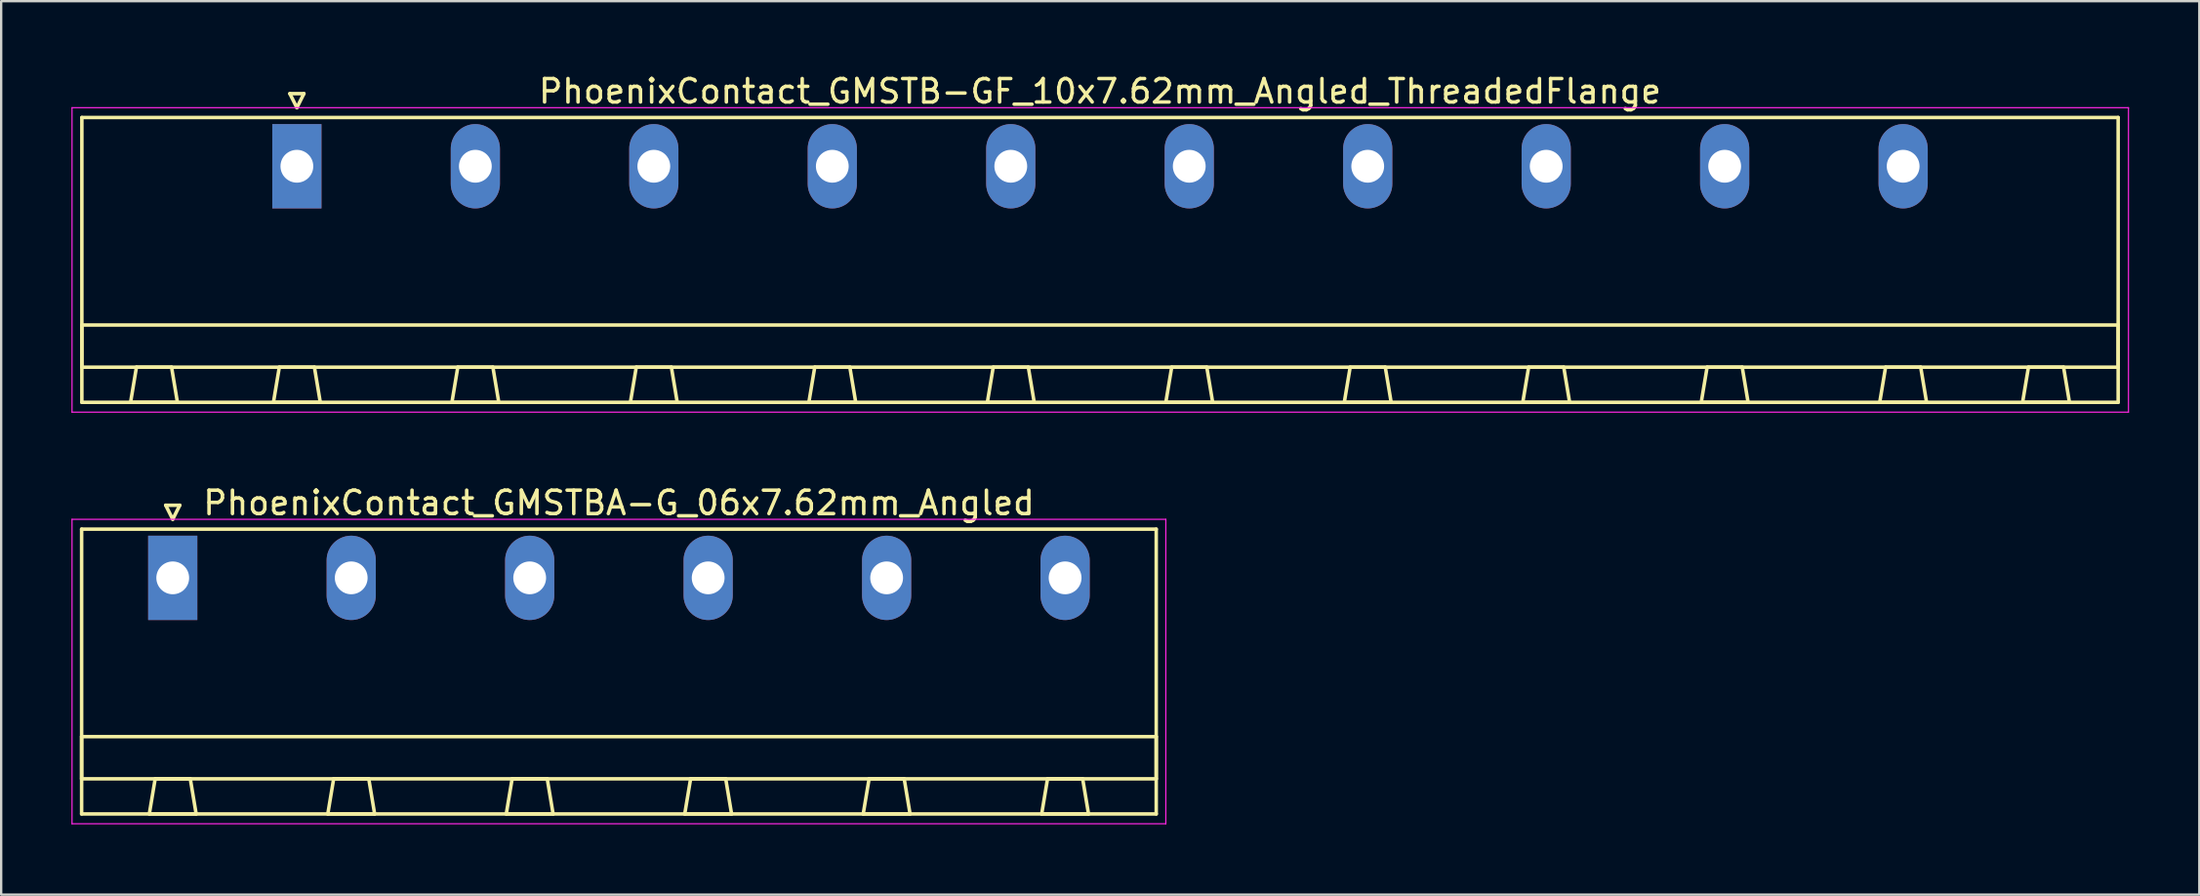
<source format=kicad_pcb>
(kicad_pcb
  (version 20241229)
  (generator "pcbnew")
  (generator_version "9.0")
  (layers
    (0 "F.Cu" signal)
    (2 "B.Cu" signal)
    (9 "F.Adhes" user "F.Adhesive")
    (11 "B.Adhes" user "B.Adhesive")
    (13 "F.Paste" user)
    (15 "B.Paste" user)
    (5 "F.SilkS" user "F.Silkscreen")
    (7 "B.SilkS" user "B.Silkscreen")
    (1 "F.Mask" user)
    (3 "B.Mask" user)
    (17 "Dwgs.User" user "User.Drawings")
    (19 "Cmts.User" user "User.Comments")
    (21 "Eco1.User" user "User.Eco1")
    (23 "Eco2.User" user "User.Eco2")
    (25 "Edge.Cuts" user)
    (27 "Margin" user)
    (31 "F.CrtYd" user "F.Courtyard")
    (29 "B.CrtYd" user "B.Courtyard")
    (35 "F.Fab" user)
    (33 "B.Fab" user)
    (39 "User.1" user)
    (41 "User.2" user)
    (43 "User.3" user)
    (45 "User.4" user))
  (footprint "PhoenixContact_GMSTB-GF_10x7.62mm_Angled_ThreadedFlange"
    (layer "F.Cu")
    (at 9.625 4.048)
    (property "Reference" "PhoenixContact_GMSTB-GF_10x7.62mm_Angled_ThreadedFlange" (at 34.29 -3.2 0) (layer "F.SilkS") (effects (font (size 1 1) (thickness 0.15))))
    (attr through_hole)
    (fp_line (start -9.18 -2.08) (end -9.18 10.08) (stroke (width 0.15) (type solid)) (layer "F.SilkS"))
    (fp_line (start -9.18 6.78) (end 77.76 6.78) (stroke (width 0.15) (type solid)) (layer "F.SilkS"))
    (fp_line (start -9.18 8.58) (end -9.18 6.78) (stroke (width 0.15) (type solid)) (layer "F.SilkS"))
    (fp_line (start -9.18 10.08) (end 77.76 10.08) (stroke (width 0.15) (type solid)) (layer "F.SilkS"))
    (fp_line (start -7.1 10.08) (end -5.1 10.08) (stroke (width 0.15) (type solid)) (layer "F.SilkS"))
    (fp_line (start -6.85 8.58) (end -7.1 10.08) (stroke (width 0.15) (type solid)) (layer "F.SilkS"))
    (fp_line (start -5.35 8.58) (end -6.85 8.58) (stroke (width 0.15) (type solid)) (layer "F.SilkS"))
    (fp_line (start -5.1 10.08) (end -5.35 8.58) (stroke (width 0.15) (type solid)) (layer "F.SilkS"))
    (fp_line (start -1 10.08) (end 1 10.08) (stroke (width 0.15) (type solid)) (layer "F.SilkS"))
    (fp_line (start -0.75 8.58) (end -1 10.08) (stroke (width 0.15) (type solid)) (layer "F.SilkS"))
    (fp_line (start -0.3 -3.1) (end 0 -2.5) (stroke (width 0.15) (type solid)) (layer "F.SilkS"))
    (fp_line (start 0 -2.5) (end 0.3 -3.1) (stroke (width 0.15) (type solid)) (layer "F.SilkS"))
    (fp_line (start 0.3 -3.1) (end -0.3 -3.1) (stroke (width 0.15) (type solid)) (layer "F.SilkS"))
    (fp_line (start 0.75 8.58) (end -0.75 8.58) (stroke (width 0.15) (type solid)) (layer "F.SilkS"))
    (fp_line (start 1 10.08) (end 0.75 8.58) (stroke (width 0.15) (type solid)) (layer "F.SilkS"))
    (fp_line (start 6.62 10.08) (end 8.62 10.08) (stroke (width 0.15) (type solid)) (layer "F.SilkS"))
    (fp_line (start 6.87 8.58) (end 6.62 10.08) (stroke (width 0.15) (type solid)) (layer "F.SilkS"))
    (fp_line (start 8.37 8.58) (end 6.87 8.58) (stroke (width 0.15) (type solid)) (layer "F.SilkS"))
    (fp_line (start 8.62 10.08) (end 8.37 8.58) (stroke (width 0.15) (type solid)) (layer "F.SilkS"))
    (fp_line (start 14.24 10.08) (end 16.24 10.08) (stroke (width 0.15) (type solid)) (layer "F.SilkS"))
    (fp_line (start 14.49 8.58) (end 14.24 10.08) (stroke (width 0.15) (type solid)) (layer "F.SilkS"))
    (fp_line (start 15.99 8.58) (end 14.49 8.58) (stroke (width 0.15) (type solid)) (layer "F.SilkS"))
    (fp_line (start 16.24 10.08) (end 15.99 8.58) (stroke (width 0.15) (type solid)) (layer "F.SilkS"))
    (fp_line (start 21.86 10.08) (end 23.86 10.08) (stroke (width 0.15) (type solid)) (layer "F.SilkS"))
    (fp_line (start 22.11 8.58) (end 21.86 10.08) (stroke (width 0.15) (type solid)) (layer "F.SilkS"))
    (fp_line (start 23.61 8.58) (end 22.11 8.58) (stroke (width 0.15) (type solid)) (layer "F.SilkS"))
    (fp_line (start 23.86 10.08) (end 23.61 8.58) (stroke (width 0.15) (type solid)) (layer "F.SilkS"))
    (fp_line (start 29.48 10.08) (end 31.48 10.08) (stroke (width 0.15) (type solid)) (layer "F.SilkS"))
    (fp_line (start 29.73 8.58) (end 29.48 10.08) (stroke (width 0.15) (type solid)) (layer "F.SilkS"))
    (fp_line (start 31.23 8.58) (end 29.73 8.58) (stroke (width 0.15) (type solid)) (layer "F.SilkS"))
    (fp_line (start 31.48 10.08) (end 31.23 8.58) (stroke (width 0.15) (type solid)) (layer "F.SilkS"))
    (fp_line (start 37.1 10.08) (end 39.1 10.08) (stroke (width 0.15) (type solid)) (layer "F.SilkS"))
    (fp_line (start 37.35 8.58) (end 37.1 10.08) (stroke (width 0.15) (type solid)) (layer "F.SilkS"))
    (fp_line (start 38.85 8.58) (end 37.35 8.58) (stroke (width 0.15) (type solid)) (layer "F.SilkS"))
    (fp_line (start 39.1 10.08) (end 38.85 8.58) (stroke (width 0.15) (type solid)) (layer "F.SilkS"))
    (fp_line (start 44.72 10.08) (end 46.72 10.08) (stroke (width 0.15) (type solid)) (layer "F.SilkS"))
    (fp_line (start 44.97 8.58) (end 44.72 10.08) (stroke (width 0.15) (type solid)) (layer "F.SilkS"))
    (fp_line (start 46.47 8.58) (end 44.97 8.58) (stroke (width 0.15) (type solid)) (layer "F.SilkS"))
    (fp_line (start 46.72 10.08) (end 46.47 8.58) (stroke (width 0.15) (type solid)) (layer "F.SilkS"))
    (fp_line (start 52.34 10.08) (end 54.34 10.08) (stroke (width 0.15) (type solid)) (layer "F.SilkS"))
    (fp_line (start 52.59 8.58) (end 52.34 10.08) (stroke (width 0.15) (type solid)) (layer "F.SilkS"))
    (fp_line (start 54.09 8.58) (end 52.59 8.58) (stroke (width 0.15) (type solid)) (layer "F.SilkS"))
    (fp_line (start 54.34 10.08) (end 54.09 8.58) (stroke (width 0.15) (type solid)) (layer "F.SilkS"))
    (fp_line (start 59.96 10.08) (end 61.96 10.08) (stroke (width 0.15) (type solid)) (layer "F.SilkS"))
    (fp_line (start 60.21 8.58) (end 59.96 10.08) (stroke (width 0.15) (type solid)) (layer "F.SilkS"))
    (fp_line (start 61.71 8.58) (end 60.21 8.58) (stroke (width 0.15) (type solid)) (layer "F.SilkS"))
    (fp_line (start 61.96 10.08) (end 61.71 8.58) (stroke (width 0.15) (type solid)) (layer "F.SilkS"))
    (fp_line (start 67.58 10.08) (end 69.58 10.08) (stroke (width 0.15) (type solid)) (layer "F.SilkS"))
    (fp_line (start 67.83 8.58) (end 67.58 10.08) (stroke (width 0.15) (type solid)) (layer "F.SilkS"))
    (fp_line (start 69.33 8.58) (end 67.83 8.58) (stroke (width 0.15) (type solid)) (layer "F.SilkS"))
    (fp_line (start 69.58 10.08) (end 69.33 8.58) (stroke (width 0.15) (type solid)) (layer "F.SilkS"))
    (fp_line (start 73.68 10.08) (end 75.68 10.08) (stroke (width 0.15) (type solid)) (layer "F.SilkS"))
    (fp_line (start 73.93 8.58) (end 73.68 10.08) (stroke (width 0.15) (type solid)) (layer "F.SilkS"))
    (fp_line (start 75.43 8.58) (end 73.93 8.58) (stroke (width 0.15) (type solid)) (layer "F.SilkS"))
    (fp_line (start 75.68 10.08) (end 75.43 8.58) (stroke (width 0.15) (type solid)) (layer "F.SilkS"))
    (fp_line (start 77.76 -2.08) (end -9.18 -2.08) (stroke (width 0.15) (type solid)) (layer "F.SilkS"))
    (fp_line (start 77.76 6.78) (end 77.76 8.58) (stroke (width 0.15) (type solid)) (layer "F.SilkS"))
    (fp_line (start 77.76 8.58) (end -9.18 8.58) (stroke (width 0.15) (type solid)) (layer "F.SilkS"))
    (fp_line (start 77.76 10.08) (end 77.76 -2.08) (stroke (width 0.15) (type solid)) (layer "F.SilkS"))
    (fp_line (start -9.6 -2.5) (end -9.6 10.5) (stroke (width 0.05) (type solid)) (layer "F.CrtYd"))
    (fp_line (start -9.6 10.5) (end 78.2 10.5) (stroke (width 0.05) (type solid)) (layer "F.CrtYd"))
    (fp_line (start 78.2 -2.5) (end -9.6 -2.5) (stroke (width 0.05) (type solid)) (layer "F.CrtYd"))
    (fp_line (start 78.2 10.5) (end 78.2 -2.5) (stroke (width 0.05) (type solid)) (layer "F.CrtYd"))
    (pad "1" thru_hole rect (at 0 0) (size 2.1 3.6) (drill 1.4) (layers "*.Cu" "*.Mask"))
    (pad "2" thru_hole oval (at 7.62 0) (size 2.1 3.6) (drill 1.4) (layers "*.Cu" "*.Mask"))
    (pad "3" thru_hole oval (at 15.24 0) (size 2.1 3.6) (drill 1.4) (layers "*.Cu" "*.Mask"))
    (pad "4" thru_hole oval (at 22.86 0) (size 2.1 3.6) (drill 1.4) (layers "*.Cu" "*.Mask"))
    (pad "5" thru_hole oval (at 30.48 0) (size 2.1 3.6) (drill 1.4) (layers "*.Cu" "*.Mask"))
    (pad "6" thru_hole oval (at 38.1 0) (size 2.1 3.6) (drill 1.4) (layers "*.Cu" "*.Mask"))
    (pad "7" thru_hole oval (at 45.72 0) (size 2.1 3.6) (drill 1.4) (layers "*.Cu" "*.Mask"))
    (pad "8" thru_hole oval (at 53.34 0) (size 2.1 3.6) (drill 1.4) (layers "*.Cu" "*.Mask"))
    (pad "9" thru_hole oval (at 60.96 0) (size 2.1 3.6) (drill 1.4) (layers "*.Cu" "*.Mask"))
    (pad "10" thru_hole oval (at 68.58 0) (size 2.1 3.6) (drill 1.4) (layers "*.Cu" "*.Mask")))
  (footprint "PhoenixContact_GMSTBA-G_06x7.62mm_Angled"
    (layer "F.Cu")
    (at 4.325 21.622)
    (property "Reference" "PhoenixContact_GMSTBA-G_06x7.62mm_Angled" (at 19.05 -3.2 0) (layer "F.SilkS") (effects (font (size 1 1) (thickness 0.15))))
    (attr through_hole)
    (fp_line (start -3.89 -2.08) (end -3.89 10.08) (stroke (width 0.15) (type solid)) (layer "F.SilkS"))
    (fp_line (start -3.89 6.78) (end 41.99 6.78) (stroke (width 0.15) (type solid)) (layer "F.SilkS"))
    (fp_line (start -3.89 8.58) (end -3.89 6.78) (stroke (width 0.15) (type solid)) (layer "F.SilkS"))
    (fp_line (start -3.89 10.08) (end 41.99 10.08) (stroke (width 0.15) (type solid)) (layer "F.SilkS"))
    (fp_line (start -1 10.08) (end 1 10.08) (stroke (width 0.15) (type solid)) (layer "F.SilkS"))
    (fp_line (start -0.75 8.58) (end -1 10.08) (stroke (width 0.15) (type solid)) (layer "F.SilkS"))
    (fp_line (start -0.3 -3.1) (end 0 -2.5) (stroke (width 0.15) (type solid)) (layer "F.SilkS"))
    (fp_line (start 0 -2.5) (end 0.3 -3.1) (stroke (width 0.15) (type solid)) (layer "F.SilkS"))
    (fp_line (start 0.3 -3.1) (end -0.3 -3.1) (stroke (width 0.15) (type solid)) (layer "F.SilkS"))
    (fp_line (start 0.75 8.58) (end -0.75 8.58) (stroke (width 0.15) (type solid)) (layer "F.SilkS"))
    (fp_line (start 1 10.08) (end 0.75 8.58) (stroke (width 0.15) (type solid)) (layer "F.SilkS"))
    (fp_line (start 6.62 10.08) (end 8.62 10.08) (stroke (width 0.15) (type solid)) (layer "F.SilkS"))
    (fp_line (start 6.87 8.58) (end 6.62 10.08) (stroke (width 0.15) (type solid)) (layer "F.SilkS"))
    (fp_line (start 8.37 8.58) (end 6.87 8.58) (stroke (width 0.15) (type solid)) (layer "F.SilkS"))
    (fp_line (start 8.62 10.08) (end 8.37 8.58) (stroke (width 0.15) (type solid)) (layer "F.SilkS"))
    (fp_line (start 14.24 10.08) (end 16.24 10.08) (stroke (width 0.15) (type solid)) (layer "F.SilkS"))
    (fp_line (start 14.49 8.58) (end 14.24 10.08) (stroke (width 0.15) (type solid)) (layer "F.SilkS"))
    (fp_line (start 15.99 8.58) (end 14.49 8.58) (stroke (width 0.15) (type solid)) (layer "F.SilkS"))
    (fp_line (start 16.24 10.08) (end 15.99 8.58) (stroke (width 0.15) (type solid)) (layer "F.SilkS"))
    (fp_line (start 21.86 10.08) (end 23.86 10.08) (stroke (width 0.15) (type solid)) (layer "F.SilkS"))
    (fp_line (start 22.11 8.58) (end 21.86 10.08) (stroke (width 0.15) (type solid)) (layer "F.SilkS"))
    (fp_line (start 23.61 8.58) (end 22.11 8.58) (stroke (width 0.15) (type solid)) (layer "F.SilkS"))
    (fp_line (start 23.86 10.08) (end 23.61 8.58) (stroke (width 0.15) (type solid)) (layer "F.SilkS"))
    (fp_line (start 29.48 10.08) (end 31.48 10.08) (stroke (width 0.15) (type solid)) (layer "F.SilkS"))
    (fp_line (start 29.73 8.58) (end 29.48 10.08) (stroke (width 0.15) (type solid)) (layer "F.SilkS"))
    (fp_line (start 31.23 8.58) (end 29.73 8.58) (stroke (width 0.15) (type solid)) (layer "F.SilkS"))
    (fp_line (start 31.48 10.08) (end 31.23 8.58) (stroke (width 0.15) (type solid)) (layer "F.SilkS"))
    (fp_line (start 37.1 10.08) (end 39.1 10.08) (stroke (width 0.15) (type solid)) (layer "F.SilkS"))
    (fp_line (start 37.35 8.58) (end 37.1 10.08) (stroke (width 0.15) (type solid)) (layer "F.SilkS"))
    (fp_line (start 38.85 8.58) (end 37.35 8.58) (stroke (width 0.15) (type solid)) (layer "F.SilkS"))
    (fp_line (start 39.1 10.08) (end 38.85 8.58) (stroke (width 0.15) (type solid)) (layer "F.SilkS"))
    (fp_line (start 41.99 -2.08) (end -3.89 -2.08) (stroke (width 0.15) (type solid)) (layer "F.SilkS"))
    (fp_line (start 41.99 6.78) (end 41.99 8.58) (stroke (width 0.15) (type solid)) (layer "F.SilkS"))
    (fp_line (start 41.99 8.58) (end -3.89 8.58) (stroke (width 0.15) (type solid)) (layer "F.SilkS"))
    (fp_line (start 41.99 10.08) (end 41.99 -2.08) (stroke (width 0.15) (type solid)) (layer "F.SilkS"))
    (fp_line (start -4.3 -2.5) (end -4.3 10.5) (stroke (width 0.05) (type solid)) (layer "F.CrtYd"))
    (fp_line (start -4.3 10.5) (end 42.4 10.5) (stroke (width 0.05) (type solid)) (layer "F.CrtYd"))
    (fp_line (start 42.4 -2.5) (end -4.3 -2.5) (stroke (width 0.05) (type solid)) (layer "F.CrtYd"))
    (fp_line (start 42.4 10.5) (end 42.4 -2.5) (stroke (width 0.05) (type solid)) (layer "F.CrtYd"))
    (pad "1" thru_hole rect (at 0 0) (size 2.1 3.6) (drill 1.4) (layers "*.Cu" "*.Mask"))
    (pad "2" thru_hole oval (at 7.62 0) (size 2.1 3.6) (drill 1.4) (layers "*.Cu" "*.Mask"))
    (pad "3" thru_hole oval (at 15.24 0) (size 2.1 3.6) (drill 1.4) (layers "*.Cu" "*.Mask"))
    (pad "4" thru_hole oval (at 22.86 0) (size 2.1 3.6) (drill 1.4) (layers "*.Cu" "*.Mask"))
    (pad "5" thru_hole oval (at 30.48 0) (size 2.1 3.6) (drill 1.4) (layers "*.Cu" "*.Mask"))
    (pad "6" thru_hole oval (at 38.1 0) (size 2.1 3.6) (drill 1.4) (layers "*.Cu" "*.Mask")))
  (gr_rect
    (start -3 -3)
    (end 90.85 35.147)
    (stroke (width 0.1) (type default))
    (fill no)
    (layer "Edge.Cuts")))
</source>
